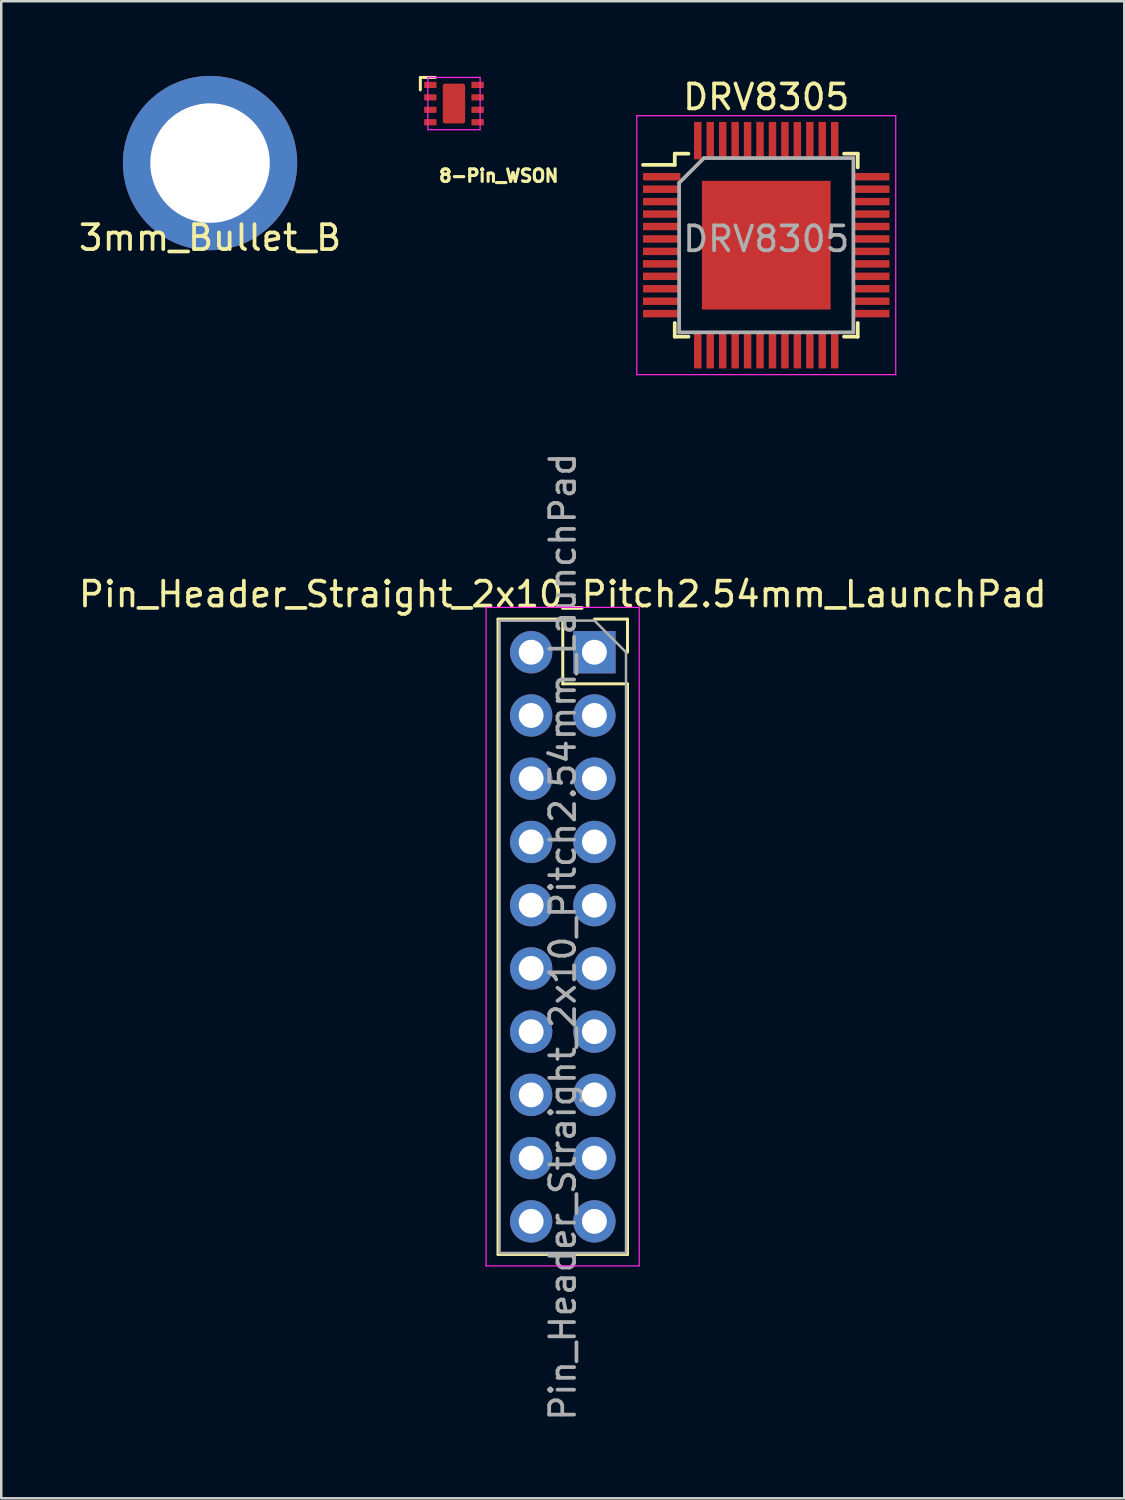
<source format=kicad_pcb>
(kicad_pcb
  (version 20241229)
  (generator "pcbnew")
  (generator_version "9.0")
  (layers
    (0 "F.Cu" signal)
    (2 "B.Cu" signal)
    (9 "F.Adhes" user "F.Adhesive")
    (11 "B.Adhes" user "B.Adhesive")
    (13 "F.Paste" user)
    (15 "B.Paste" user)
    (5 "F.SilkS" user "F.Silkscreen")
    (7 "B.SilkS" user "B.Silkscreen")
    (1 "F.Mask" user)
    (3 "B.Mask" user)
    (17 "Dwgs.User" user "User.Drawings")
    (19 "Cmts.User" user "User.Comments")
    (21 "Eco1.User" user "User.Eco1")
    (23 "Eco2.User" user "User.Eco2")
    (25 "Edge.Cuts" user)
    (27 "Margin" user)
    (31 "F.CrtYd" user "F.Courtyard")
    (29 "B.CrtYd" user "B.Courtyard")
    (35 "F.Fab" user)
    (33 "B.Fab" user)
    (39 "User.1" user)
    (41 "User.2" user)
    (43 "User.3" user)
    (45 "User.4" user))
  (footprint "8-Pin_WSON"
    (layer "F.Cu")
    (at 15.184 1.11)
    (property "Reference" "8-Pin_WSON" (at 1.8 2.9 0) (layer "F.SilkS") (effects (font (size 0.5 0.5) (thickness 0.125))))
    (attr through_hole)
    (fp_line (start -1.35 -1.05) (end -0.75 -1.05) (stroke (width 0.12) (type solid)) (layer "F.SilkS"))
    (fp_line (start -1.35 -0.55) (end -1.35 -1.05) (stroke (width 0.12) (type solid)) (layer "F.SilkS"))
    (fp_line (start -1.05 -1.05) (end -1.05 1.05) (stroke (width 0.05) (type solid)) (layer "F.CrtYd"))
    (fp_line (start -1.05 1.05) (end 1.05 1.05) (stroke (width 0.05) (type solid)) (layer "F.CrtYd"))
    (fp_line (start 1.05 -1.05) (end -1.05 -1.05) (stroke (width 0.05) (type solid)) (layer "F.CrtYd"))
    (fp_line (start 1.05 1.05) (end 1.05 -1.05) (stroke (width 0.05) (type solid)) (layer "F.CrtYd"))
    (pad "1" smd roundrect (at -0.95 -0.75) (size 0.5 0.25) (layers "F.Cu" "F.Mask" "F.Paste") (roundrect_rratio 0.1))
    (pad "2" smd roundrect (at -0.95 -0.25) (size 0.5 0.25) (layers "F.Cu" "F.Mask" "F.Paste") (roundrect_rratio 0.1))
    (pad "3" smd roundrect (at -0.95 0.25) (size 0.5 0.25) (layers "F.Cu" "F.Mask" "F.Paste") (roundrect_rratio 0.1))
    (pad "4" smd roundrect (at -0.95 0.75) (size 0.5 0.25) (layers "F.Cu" "F.Mask" "F.Paste") (roundrect_rratio 0.1))
    (pad "4" smd roundrect (at 0 0) (size 0.9 1.6) (layers "F.Cu" "F.Mask" "F.Paste") (roundrect_rratio 0.1))
    (pad "5" smd roundrect (at 0.95 0.75) (size 0.5 0.25) (layers "F.Cu" "F.Mask" "F.Paste") (roundrect_rratio 0.1))
    (pad "6" smd roundrect (at 0.95 0.25) (size 0.5 0.25) (layers "F.Cu" "F.Mask" "F.Paste") (roundrect_rratio 0.1))
    (pad "7" smd roundrect (at 0.95 -0.25) (size 0.5 0.25) (layers "F.Cu" "F.Mask" "F.Paste") (roundrect_rratio 0.1))
    (pad "8" smd roundrect (at 0.95 -0.75) (size 0.5 0.25) (layers "F.Cu" "F.Mask" "F.Paste") (roundrect_rratio 0.1)))
  (footprint "3mm_Bullet_B"
    (layer "F.Cu")
    (at 5.387 3.5)
    (property "Reference" "3mm_Bullet_B" (at 0 3 0) (layer "F.SilkS") (effects (font (size 1 1) (thickness 0.15))))
    (attr through_hole)
    (pad "1" thru_hole circle (at 0 0) (size 7 7) (drill 4.8) (layers "*.Cu" "*.Mask")))
  (footprint "DRV8305"
    (layer "F.Cu")
    (at 27.727 6.798)
    (property "Reference" "DRV8305" (at 0 -5.95 0) (layer "F.SilkS") (effects (font (size 1 1) (thickness 0.15))))
    (attr smd)
    (fp_line (start -3.675 -3.675) (end -3.675 -3.225) (stroke (width 0.15) (type solid)) (layer "F.SilkS"))
    (fp_line (start -3.675 -3.675) (end -3.125 -3.675) (stroke (width 0.15) (type solid)) (layer "F.SilkS"))
    (fp_line (start -3.675 -3.225) (end -4.95 -3.225) (stroke (width 0.15) (type solid)) (layer "F.SilkS"))
    (fp_line (start -3.675 3.675) (end -3.675 3.125) (stroke (width 0.15) (type solid)) (layer "F.SilkS"))
    (fp_line (start -3.675 3.675) (end -3.125 3.675) (stroke (width 0.15) (type solid)) (layer "F.SilkS"))
    (fp_line (start 3.675 -3.675) (end 3.125 -3.675) (stroke (width 0.15) (type solid)) (layer "F.SilkS"))
    (fp_line (start 3.675 -3.675) (end 3.675 -3.125) (stroke (width 0.15) (type solid)) (layer "F.SilkS"))
    (fp_line (start 3.675 3.675) (end 3.125 3.675) (stroke (width 0.15) (type solid)) (layer "F.SilkS"))
    (fp_line (start 3.675 3.675) (end 3.675 3.125) (stroke (width 0.15) (type solid)) (layer "F.SilkS"))
    (fp_line (start -5.2 -5.2) (end -5.2 5.2) (stroke (width 0.05) (type solid)) (layer "F.CrtYd"))
    (fp_line (start -5.2 -5.2) (end 5.2 -5.2) (stroke (width 0.05) (type solid)) (layer "F.CrtYd"))
    (fp_line (start -5.2 5.2) (end 5.2 5.2) (stroke (width 0.05) (type solid)) (layer "F.CrtYd"))
    (fp_line (start 5.2 -5.2) (end 5.2 5.2) (stroke (width 0.05) (type solid)) (layer "F.CrtYd"))
    (fp_line (start -3.5 -2.5) (end -2.5 -3.5) (stroke (width 0.15) (type solid)) (layer "F.Fab"))
    (fp_line (start -3.5 3.5) (end -3.5 -2.5) (stroke (width 0.15) (type solid)) (layer "F.Fab"))
    (fp_line (start -2.5 -3.5) (end 3.5 -3.5) (stroke (width 0.15) (type solid)) (layer "F.Fab"))
    (fp_line (start 3.5 -3.5) (end 3.5 3.5) (stroke (width 0.15) (type solid)) (layer "F.Fab"))
    (fp_line (start 3.5 3.5) (end -3.5 3.5) (stroke (width 0.15) (type solid)) (layer "F.Fab"))
    (fp_text user "${REFERENCE}" (at 0 -0.25 0) (layer "F.Fab") (effects (font (size 1 1) (thickness 0.15))))
    (pad "1" smd rect (at -4.2 -2.75) (size 1.5 0.3) (layers "F.Cu" "F.Mask" "F.Paste"))
    (pad "2" smd rect (at -4.2 -2.25) (size 1.5 0.3) (layers "F.Cu" "F.Mask" "F.Paste"))
    (pad "3" smd rect (at -4.2 -1.75) (size 1.5 0.3) (layers "F.Cu" "F.Mask" "F.Paste"))
    (pad "4" smd rect (at -4.2 -1.25) (size 1.5 0.3) (layers "F.Cu" "F.Mask" "F.Paste"))
    (pad "5" smd rect (at -4.2 -0.75) (size 1.5 0.3) (layers "F.Cu" "F.Mask" "F.Paste"))
    (pad "6" smd rect (at -4.2 -0.25) (size 1.5 0.3) (layers "F.Cu" "F.Mask" "F.Paste"))
    (pad "7" smd rect (at -4.2 0.25) (size 1.5 0.3) (layers "F.Cu" "F.Mask" "F.Paste"))
    (pad "8" smd rect (at -4.2 0.75) (size 1.5 0.3) (layers "F.Cu" "F.Mask" "F.Paste"))
    (pad "9" smd rect (at -4.2 1.25) (size 1.5 0.3) (layers "F.Cu" "F.Mask" "F.Paste"))
    (pad "10" smd rect (at -4.2 1.75) (size 1.5 0.3) (layers "F.Cu" "F.Mask" "F.Paste"))
    (pad "11" smd rect (at -4.2 2.25) (size 1.5 0.3) (layers "F.Cu" "F.Mask" "F.Paste"))
    (pad "12" smd rect (at -4.2 2.75) (size 1.5 0.3) (layers "F.Cu" "F.Mask" "F.Paste"))
    (pad "13" smd rect (at -2.75 4.2 90) (size 1.5 0.3) (layers "F.Cu" "F.Mask" "F.Paste"))
    (pad "14" smd rect (at -2.25 4.2 90) (size 1.5 0.3) (layers "F.Cu" "F.Mask" "F.Paste"))
    (pad "15" smd rect (at -1.75 4.2 90) (size 1.5 0.3) (layers "F.Cu" "F.Mask" "F.Paste"))
    (pad "16" smd rect (at -1.25 4.2 90) (size 1.5 0.3) (layers "F.Cu" "F.Mask" "F.Paste"))
    (pad "17" smd rect (at -0.75 4.2 90) (size 1.5 0.3) (layers "F.Cu" "F.Mask" "F.Paste"))
    (pad "18" smd rect (at -0.25 4.2 90) (size 1.5 0.3) (layers "F.Cu" "F.Mask" "F.Paste"))
    (pad "19" smd rect (at 0.25 4.2 90) (size 1.5 0.3) (layers "F.Cu" "F.Mask" "F.Paste"))
    (pad "20" smd rect (at 0.75 4.2 90) (size 1.5 0.3) (layers "F.Cu" "F.Mask" "F.Paste"))
    (pad "21" smd rect (at 1.25 4.2 90) (size 1.5 0.3) (layers "F.Cu" "F.Mask" "F.Paste"))
    (pad "22" smd rect (at 1.75 4.2 90) (size 1.5 0.3) (layers "F.Cu" "F.Mask" "F.Paste"))
    (pad "23" smd rect (at 2.25 4.2 90) (size 1.5 0.3) (layers "F.Cu" "F.Mask" "F.Paste"))
    (pad "24" smd rect (at 2.75 4.2 90) (size 1.5 0.3) (layers "F.Cu" "F.Mask" "F.Paste"))
    (pad "25" smd rect (at 4.2 2.75) (size 1.5 0.3) (layers "F.Cu" "F.Mask" "F.Paste"))
    (pad "26" smd rect (at 4.2 2.25) (size 1.5 0.3) (layers "F.Cu" "F.Mask" "F.Paste"))
    (pad "27" smd rect (at 4.2 1.75) (size 1.5 0.3) (layers "F.Cu" "F.Mask" "F.Paste"))
    (pad "28" smd rect (at 4.2 1.25) (size 1.5 0.3) (layers "F.Cu" "F.Mask" "F.Paste"))
    (pad "29" smd rect (at 4.2 0.75) (size 1.5 0.3) (layers "F.Cu" "F.Mask" "F.Paste"))
    (pad "30" smd rect (at 4.2 0.25) (size 1.5 0.3) (layers "F.Cu" "F.Mask" "F.Paste"))
    (pad "31" smd rect (at 4.2 -0.25) (size 1.5 0.3) (layers "F.Cu" "F.Mask" "F.Paste"))
    (pad "32" smd rect (at 4.2 -0.75) (size 1.5 0.3) (layers "F.Cu" "F.Mask" "F.Paste"))
    (pad "33" smd rect (at 4.2 -1.25) (size 1.5 0.3) (layers "F.Cu" "F.Mask" "F.Paste"))
    (pad "34" smd rect (at 4.2 -1.75) (size 1.5 0.3) (layers "F.Cu" "F.Mask" "F.Paste"))
    (pad "35" smd rect (at 4.2 -2.25) (size 1.5 0.3) (layers "F.Cu" "F.Mask" "F.Paste"))
    (pad "36" smd rect (at 4.2 -2.75) (size 1.5 0.3) (layers "F.Cu" "F.Mask" "F.Paste"))
    (pad "37" smd rect (at 2.75 -4.2 90) (size 1.5 0.3) (layers "F.Cu" "F.Mask" "F.Paste"))
    (pad "38" smd rect (at 2.25 -4.2 90) (size 1.5 0.3) (layers "F.Cu" "F.Mask" "F.Paste"))
    (pad "39" smd rect (at 1.75 -4.2 90) (size 1.5 0.3) (layers "F.Cu" "F.Mask" "F.Paste"))
    (pad "40" smd rect (at 1.25 -4.2 90) (size 1.5 0.3) (layers "F.Cu" "F.Mask" "F.Paste"))
    (pad "41" smd rect (at 0.75 -4.2 90) (size 1.5 0.3) (layers "F.Cu" "F.Mask" "F.Paste"))
    (pad "42" smd rect (at 0.25 -4.2 90) (size 1.5 0.3) (layers "F.Cu" "F.Mask" "F.Paste"))
    (pad "43" smd rect (at -0.25 -4.2 90) (size 1.5 0.3) (layers "F.Cu" "F.Mask" "F.Paste"))
    (pad "44" smd rect (at -0.75 -4.2 90) (size 1.5 0.3) (layers "F.Cu" "F.Mask" "F.Paste"))
    (pad "45" smd rect (at -1.25 -4.2 90) (size 1.5 0.3) (layers "F.Cu" "F.Mask" "F.Paste"))
    (pad "46" smd rect (at -1.75 -4.2 90) (size 1.5 0.3) (layers "F.Cu" "F.Mask" "F.Paste"))
    (pad "47" smd rect (at -2.25 -4.2 90) (size 1.5 0.3) (layers "F.Cu" "F.Mask" "F.Paste"))
    (pad "48" smd rect (at -2.75 -4.2 90) (size 1.5 0.3) (layers "F.Cu" "F.Mask" "F.Paste"))
    (pad "49" smd rect (at 0 0) (size 5.17 5.17) (layers "F.Cu" "F.Mask" "F.Paste")))
  (footprint "Pin_Header_Straight_2x10_Pitch2.54mm_LaunchPad"
    (layer "F.Cu")
    (at 19.574 23.147)
    (property "Reference" "Pin_Header_Straight_2x10_Pitch2.54mm_LaunchPad" (at -0.02 -2.33 0) (layer "F.SilkS") (effects (font (size 1 1) (thickness 0.15))))
    (attr through_hole)
    (fp_line (start -2.62 -1.33) (end -2.62 24.19) (stroke (width 0.12) (type solid)) (layer "F.SilkS"))
    (fp_line (start -0.02 -1.33) (end -2.62 -1.33) (stroke (width 0.12) (type solid)) (layer "F.SilkS"))
    (fp_line (start -0.02 1.27) (end -0.02 -1.33) (stroke (width 0.12) (type solid)) (layer "F.SilkS"))
    (fp_line (start 2.58 -1.33) (end 1.25 -1.33) (stroke (width 0.12) (type solid)) (layer "F.SilkS"))
    (fp_line (start 2.58 0) (end 2.58 -1.33) (stroke (width 0.12) (type solid)) (layer "F.SilkS"))
    (fp_line (start 2.58 1.27) (end -0.02 1.27) (stroke (width 0.12) (type solid)) (layer "F.SilkS"))
    (fp_line (start 2.58 1.27) (end 2.58 24.19) (stroke (width 0.12) (type solid)) (layer "F.SilkS"))
    (fp_line (start 2.58 24.19) (end -2.62 24.19) (stroke (width 0.12) (type solid)) (layer "F.SilkS"))
    (fp_line (start -3.1 -1.8) (end 3.05 -1.8) (stroke (width 0.05) (type solid)) (layer "F.CrtYd"))
    (fp_line (start -3.1 24.65) (end -3.1 -1.8) (stroke (width 0.05) (type solid)) (layer "F.CrtYd"))
    (fp_line (start 3.05 -1.8) (end 3.05 24.65) (stroke (width 0.05) (type solid)) (layer "F.CrtYd"))
    (fp_line (start 3.05 24.65) (end -3.1 24.65) (stroke (width 0.05) (type solid)) (layer "F.CrtYd"))
    (fp_line (start -2.56 -1.27) (end -2.56 24.13) (stroke (width 0.1) (type solid)) (layer "F.Fab"))
    (fp_line (start -2.56 24.13) (end 2.52 24.13) (stroke (width 0.1) (type solid)) (layer "F.Fab"))
    (fp_line (start 1.25 -1.27) (end -2.56 -1.27) (stroke (width 0.1) (type solid)) (layer "F.Fab"))
    (fp_line (start 2.52 0) (end 1.25 -1.27) (stroke (width 0.1) (type solid)) (layer "F.Fab"))
    (fp_line (start 2.52 24.13) (end 2.52 0) (stroke (width 0.1) (type solid)) (layer "F.Fab"))
    (fp_text user "${REFERENCE}" (at -0.02 11.43 90) (layer "F.Fab") (effects (font (size 1 1) (thickness 0.15))))
    (pad "1" thru_hole rect (at 1.25 0) (size 1.7 1.7) (drill 1) (layers "*.Cu" "*.Mask"))
    (pad "2" thru_hole oval (at -1.29 0) (size 1.7 1.7) (drill 1) (layers "*.Cu" "*.Mask"))
    (pad "3" thru_hole oval (at 1.25 2.54) (size 1.7 1.7) (drill 1) (layers "*.Cu" "*.Mask"))
    (pad "4" thru_hole oval (at -1.29 2.54) (size 1.7 1.7) (drill 1) (layers "*.Cu" "*.Mask"))
    (pad "5" thru_hole oval (at 1.25 5.08) (size 1.7 1.7) (drill 1) (layers "*.Cu" "*.Mask"))
    (pad "6" thru_hole oval (at -1.29 5.08) (size 1.7 1.7) (drill 1) (layers "*.Cu" "*.Mask"))
    (pad "7" thru_hole oval (at 1.25 7.62) (size 1.7 1.7) (drill 1) (layers "*.Cu" "*.Mask"))
    (pad "8" thru_hole oval (at -1.29 7.62) (size 1.7 1.7) (drill 1) (layers "*.Cu" "*.Mask"))
    (pad "9" thru_hole oval (at 1.25 10.16) (size 1.7 1.7) (drill 1) (layers "*.Cu" "*.Mask"))
    (pad "10" thru_hole oval (at -1.29 10.16) (size 1.7 1.7) (drill 1) (layers "*.Cu" "*.Mask"))
    (pad "11" thru_hole oval (at 1.25 12.7) (size 1.7 1.7) (drill 1) (layers "*.Cu" "*.Mask"))
    (pad "12" thru_hole oval (at -1.29 12.7) (size 1.7 1.7) (drill 1) (layers "*.Cu" "*.Mask"))
    (pad "13" thru_hole oval (at 1.25 15.24) (size 1.7 1.7) (drill 1) (layers "*.Cu" "*.Mask"))
    (pad "14" thru_hole oval (at -1.29 15.24) (size 1.7 1.7) (drill 1) (layers "*.Cu" "*.Mask"))
    (pad "15" thru_hole oval (at 1.25 17.78) (size 1.7 1.7) (drill 1) (layers "*.Cu" "*.Mask"))
    (pad "16" thru_hole oval (at -1.29 17.78) (size 1.7 1.7) (drill 1) (layers "*.Cu" "*.Mask"))
    (pad "17" thru_hole oval (at 1.25 20.32) (size 1.7 1.7) (drill 1) (layers "*.Cu" "*.Mask"))
    (pad "18" thru_hole oval (at -1.29 20.32) (size 1.7 1.7) (drill 1) (layers "*.Cu" "*.Mask"))
    (pad "19" thru_hole oval (at 1.25 22.86) (size 1.7 1.7) (drill 1) (layers "*.Cu" "*.Mask"))
    (pad "20" thru_hole oval (at -1.29 22.86) (size 1.7 1.7) (drill 1) (layers "*.Cu" "*.Mask")))
  (gr_rect
    (start -3 -3)
    (end 42.107 57.13)
    (stroke (width 0.1) (type default))
    (fill no)
    (layer "Edge.Cuts")))
</source>
